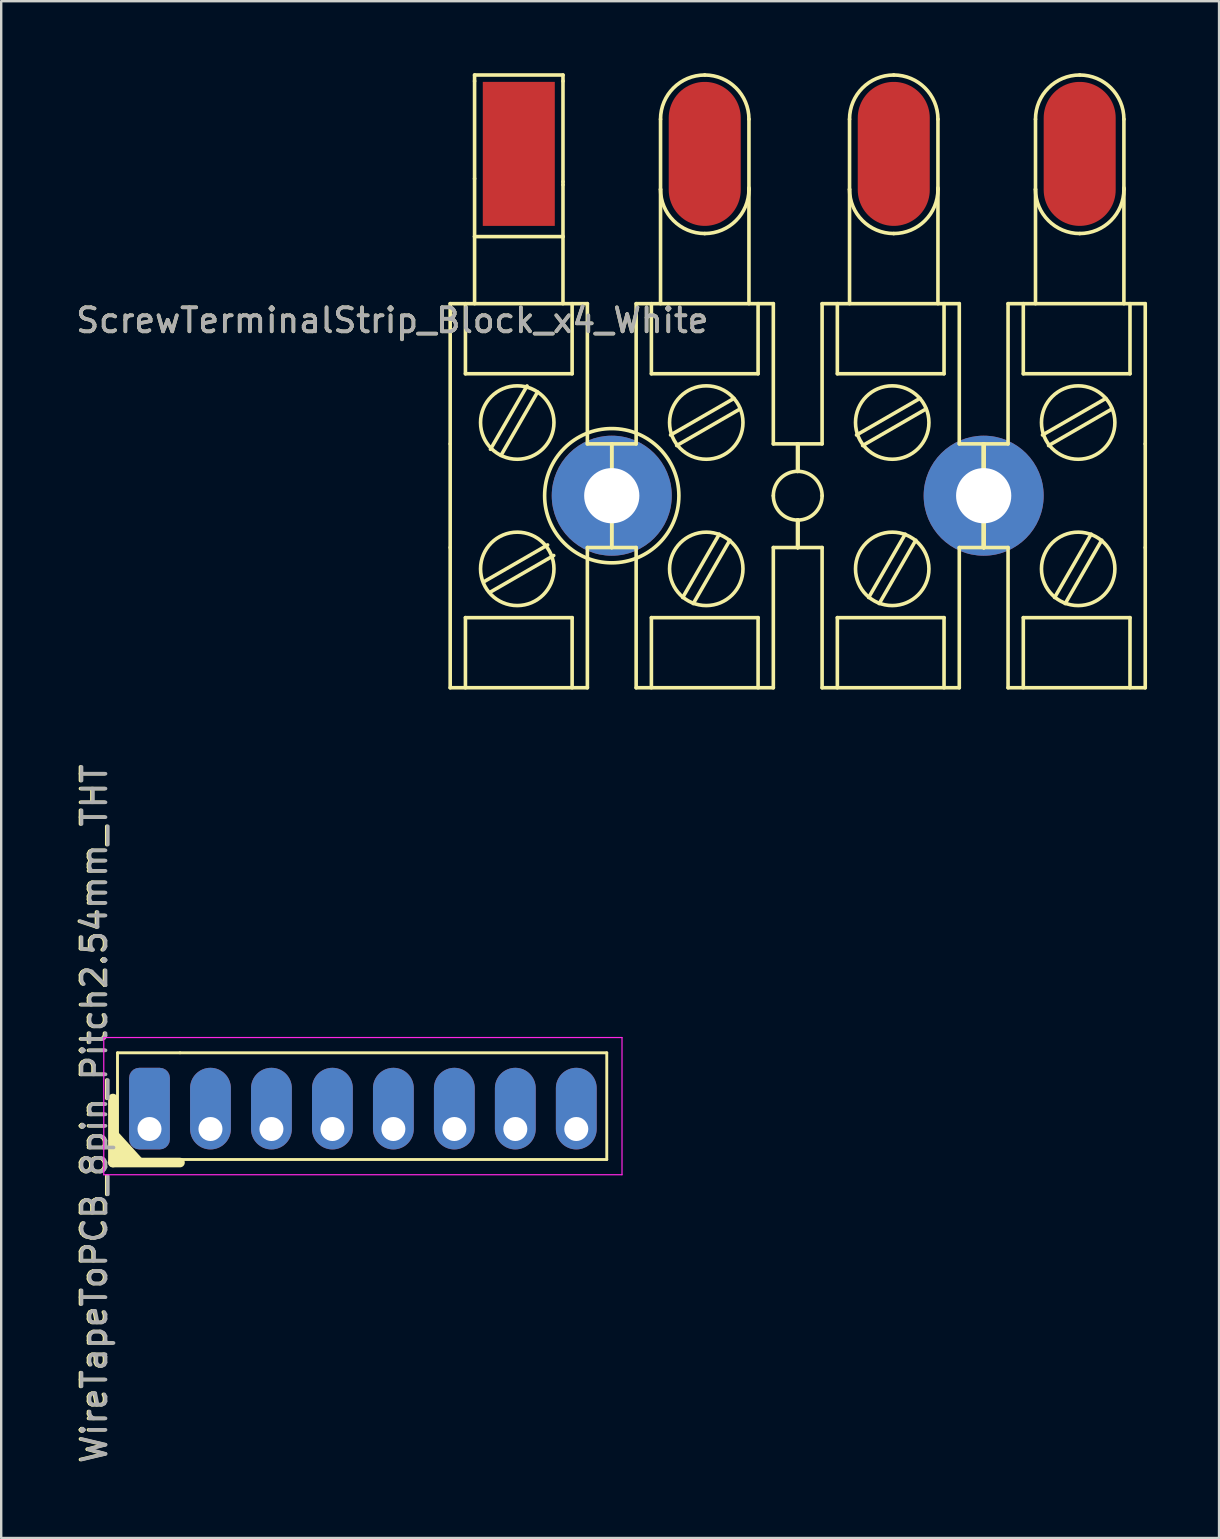
<source format=kicad_pcb>
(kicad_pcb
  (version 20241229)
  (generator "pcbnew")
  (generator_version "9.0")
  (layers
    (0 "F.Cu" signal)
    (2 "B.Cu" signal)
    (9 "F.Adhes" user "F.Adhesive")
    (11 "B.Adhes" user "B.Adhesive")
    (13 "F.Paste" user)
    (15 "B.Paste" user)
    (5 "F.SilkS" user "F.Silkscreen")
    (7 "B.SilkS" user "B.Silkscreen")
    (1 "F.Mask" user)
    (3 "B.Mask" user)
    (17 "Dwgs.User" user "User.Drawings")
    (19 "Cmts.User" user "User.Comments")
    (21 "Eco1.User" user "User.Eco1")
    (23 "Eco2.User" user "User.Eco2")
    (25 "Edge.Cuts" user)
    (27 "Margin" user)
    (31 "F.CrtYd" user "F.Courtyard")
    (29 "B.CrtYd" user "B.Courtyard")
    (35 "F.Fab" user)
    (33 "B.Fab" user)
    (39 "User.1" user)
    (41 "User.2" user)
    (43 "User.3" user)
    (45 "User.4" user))
  (footprint "ScrewTerminalStrip_Block_x4_White"
    (layer "F.Cu")
    (at 22.436 17.601)
    (property "Reference" "ScrewTerminalStrip_Block_x4_White" (at -9.144 -7.303 180) (layer "F.SilkS") (effects (font (size 1 1) (thickness 0.15))))
    (attr through_hole)
    (fp_line (start -6.731 -8.001) (end -1.016 -8.001) (stroke (width 0.15) (type solid)) (layer "F.SilkS"))
    (fp_line (start -6.731 -2.159) (end -6.731 -8.001) (stroke (width 0.15) (type solid)) (layer "F.SilkS"))
    (fp_line (start -6.731 -2.159) (end -6.731 2.159) (stroke (width 0.15) (type solid)) (layer "F.SilkS"))
    (fp_line (start -6.731 2.159) (end -6.731 8.001) (stroke (width 0.15) (type solid)) (layer "F.SilkS"))
    (fp_line (start -6.731 8.001) (end -1.016 8.001) (stroke (width 0.15) (type solid)) (layer "F.SilkS"))
    (fp_line (start -6.096 -8.001) (end -6.096 -5.08) (stroke (width 0.15) (type solid)) (layer "F.SilkS"))
    (fp_line (start -6.096 -5.08) (end -1.651 -5.08) (stroke (width 0.15) (type solid)) (layer "F.SilkS"))
    (fp_line (start -6.096 5.08) (end -6.096 8.001) (stroke (width 0.15) (type solid)) (layer "F.SilkS"))
    (fp_line (start -5.715 -17.526) (end -2.032 -17.526) (stroke (width 0.15) (type solid)) (layer "F.SilkS"))
    (fp_line (start -5.715 -17.272) (end -5.715 -17.526) (stroke (width 0.15) (type solid)) (layer "F.SilkS"))
    (fp_line (start -5.715 -17.272) (end -5.715 -13.208) (stroke (width 0.15) (type solid)) (layer "F.SilkS"))
    (fp_line (start -5.715 -10.795) (end -5.715 -13.208) (stroke (width 0.15) (type solid)) (layer "F.SilkS"))
    (fp_line (start -5.715 -10.795) (end -5.715 -8.001) (stroke (width 0.15) (type solid)) (layer "F.SilkS"))
    (fp_line (start -5.715 -10.795) (end -2.032 -10.795) (stroke (width 0.15) (type solid)) (layer "F.SilkS"))
    (fp_line (start -5.312 3.575) (end -2.672 2.051) (stroke (width 0.15) (type solid)) (layer "F.SilkS"))
    (fp_line (start -5.058 4.015) (end -2.418 2.491) (stroke (width 0.15) (type solid)) (layer "F.SilkS"))
    (fp_line (start -5.054 -1.933) (end -3.53 -4.573) (stroke (width 0.15) (type solid)) (layer "F.SilkS"))
    (fp_line (start -4.615 -1.679) (end -3.091 -4.319) (stroke (width 0.15) (type solid)) (layer "F.SilkS"))
    (fp_line (start -2.032 -17.526) (end -2.032 -17.272) (stroke (width 0.15) (type solid)) (layer "F.SilkS"))
    (fp_line (start -2.032 -17.272) (end -2.032 -13.081) (stroke (width 0.15) (type solid)) (layer "F.SilkS"))
    (fp_line (start -2.032 -13.081) (end -2.032 -12.954) (stroke (width 0.15) (type solid)) (layer "F.SilkS"))
    (fp_line (start -2.032 -12.954) (end -2.032 -10.795) (stroke (width 0.15) (type solid)) (layer "F.SilkS"))
    (fp_line (start -2.032 -10.795) (end -2.032 -8.001) (stroke (width 0.15) (type solid)) (layer "F.SilkS"))
    (fp_line (start -1.651 -5.08) (end -1.651 -8.001) (stroke (width 0.15) (type solid)) (layer "F.SilkS"))
    (fp_line (start -1.651 5.08) (end -6.096 5.08) (stroke (width 0.15) (type solid)) (layer "F.SilkS"))
    (fp_line (start -1.651 8.001) (end -1.651 5.08) (stroke (width 0.15) (type solid)) (layer "F.SilkS"))
    (fp_line (start -1.016 -2.159) (end -1.016 -8.001) (stroke (width 0.15) (type solid)) (layer "F.SilkS"))
    (fp_line (start -1.016 -2.159) (end 0 -2.159) (stroke (width 0.15) (type solid)) (layer "F.SilkS"))
    (fp_line (start -1.016 2.159) (end 0 2.159) (stroke (width 0.15) (type solid)) (layer "F.SilkS"))
    (fp_line (start -1.016 8.001) (end -1.016 2.159) (stroke (width 0.15) (type solid)) (layer "F.SilkS"))
    (fp_line (start 0 -2.159) (end 0 -1.016) (stroke (width 0.15) (type solid)) (layer "F.SilkS"))
    (fp_line (start 0 -2.159) (end 0 -1.016) (stroke (width 0.15) (type solid)) (layer "F.SilkS"))
    (fp_line (start 0 1.016) (end 0 2.159) (stroke (width 0.15) (type solid)) (layer "F.SilkS"))
    (fp_line (start 0 1.016) (end 0 2.159) (stroke (width 0.15) (type solid)) (layer "F.SilkS"))
    (fp_line (start 1.016 -8.001) (end 6.731 -8.001) (stroke (width 0.15) (type solid)) (layer "F.SilkS"))
    (fp_line (start 1.016 -2.159) (end 0 -2.159) (stroke (width 0.15) (type solid)) (layer "F.SilkS"))
    (fp_line (start 1.016 -2.159) (end 1.016 -8.001) (stroke (width 0.15) (type solid)) (layer "F.SilkS"))
    (fp_line (start 1.016 2.159) (end 0 2.159) (stroke (width 0.15) (type solid)) (layer "F.SilkS"))
    (fp_line (start 1.016 2.159) (end 1.016 8.001) (stroke (width 0.15) (type solid)) (layer "F.SilkS"))
    (fp_line (start 1.016 8.001) (end 6.731 8.001) (stroke (width 0.15) (type solid)) (layer "F.SilkS"))
    (fp_line (start 1.651 -8.001) (end 1.651 -5.08) (stroke (width 0.15) (type solid)) (layer "F.SilkS"))
    (fp_line (start 1.651 -5.08) (end 6.096 -5.08) (stroke (width 0.15) (type solid)) (layer "F.SilkS"))
    (fp_line (start 1.651 5.08) (end 1.651 8.001) (stroke (width 0.15) (type solid)) (layer "F.SilkS"))
    (fp_line (start 2.032 -15.684) (end 2.032 -12.764) (stroke (width 0.15) (type solid)) (layer "F.SilkS"))
    (fp_line (start 2.032 -12.764) (end 2.032 -8.001) (stroke (width 0.15) (type solid)) (layer "F.SilkS"))
    (fp_line (start 2.45 -2.529) (end 5.09 -4.053) (stroke (width 0.15) (type solid)) (layer "F.SilkS"))
    (fp_line (start 2.704 -2.089) (end 5.344 -3.613) (stroke (width 0.15) (type solid)) (layer "F.SilkS"))
    (fp_line (start 2.955 4.241) (end 4.479 1.601) (stroke (width 0.15) (type solid)) (layer "F.SilkS"))
    (fp_line (start 3.395 4.495) (end 4.919 1.855) (stroke (width 0.15) (type solid)) (layer "F.SilkS"))
    (fp_line (start 5.715 -15.684) (end 5.715 -12.764) (stroke (width 0.15) (type solid)) (layer "F.SilkS"))
    (fp_line (start 5.715 -12.827) (end 5.715 -8.001) (stroke (width 0.15) (type solid)) (layer "F.SilkS"))
    (fp_line (start 6.096 -5.08) (end 6.096 -8.001) (stroke (width 0.15) (type solid)) (layer "F.SilkS"))
    (fp_line (start 6.096 5.08) (end 1.651 5.08) (stroke (width 0.15) (type solid)) (layer "F.SilkS"))
    (fp_line (start 6.096 8.001) (end 6.096 5.08) (stroke (width 0.15) (type solid)) (layer "F.SilkS"))
    (fp_line (start 6.731 -2.159) (end 6.731 -8.001) (stroke (width 0.15) (type solid)) (layer "F.SilkS"))
    (fp_line (start 6.731 -2.159) (end 7.747 -2.159) (stroke (width 0.15) (type solid)) (layer "F.SilkS"))
    (fp_line (start 6.731 2.159) (end 7.747 2.159) (stroke (width 0.15) (type solid)) (layer "F.SilkS"))
    (fp_line (start 6.731 8.001) (end 6.731 2.159) (stroke (width 0.15) (type solid)) (layer "F.SilkS"))
    (fp_line (start 7.747 -2.159) (end 7.747 -1.016) (stroke (width 0.15) (type solid)) (layer "F.SilkS"))
    (fp_line (start 7.747 -2.159) (end 7.747 -1.016) (stroke (width 0.15) (type solid)) (layer "F.SilkS"))
    (fp_line (start 7.747 -2.159) (end 7.747 -1.016) (stroke (width 0.15) (type solid)) (layer "F.SilkS"))
    (fp_line (start 7.747 -2.159) (end 7.747 -1.016) (stroke (width 0.15) (type solid)) (layer "F.SilkS"))
    (fp_line (start 7.747 1.016) (end 7.747 2.159) (stroke (width 0.15) (type solid)) (layer "F.SilkS"))
    (fp_line (start 7.747 1.016) (end 7.747 2.159) (stroke (width 0.15) (type solid)) (layer "F.SilkS"))
    (fp_line (start 7.747 1.016) (end 7.747 2.159) (stroke (width 0.15) (type solid)) (layer "F.SilkS"))
    (fp_line (start 7.747 1.016) (end 7.747 2.159) (stroke (width 0.15) (type solid)) (layer "F.SilkS"))
    (fp_line (start 8.763 -8.001) (end 14.478 -8.001) (stroke (width 0.15) (type solid)) (layer "F.SilkS"))
    (fp_line (start 8.763 -2.159) (end 7.747 -2.159) (stroke (width 0.15) (type solid)) (layer "F.SilkS"))
    (fp_line (start 8.763 -2.159) (end 8.763 -8.001) (stroke (width 0.15) (type solid)) (layer "F.SilkS"))
    (fp_line (start 8.763 2.159) (end 7.747 2.159) (stroke (width 0.15) (type solid)) (layer "F.SilkS"))
    (fp_line (start 8.763 2.159) (end 8.763 8.001) (stroke (width 0.15) (type solid)) (layer "F.SilkS"))
    (fp_line (start 8.763 8.001) (end 14.478 8.001) (stroke (width 0.15) (type solid)) (layer "F.SilkS"))
    (fp_line (start 9.398 -8.001) (end 9.398 -5.08) (stroke (width 0.15) (type solid)) (layer "F.SilkS"))
    (fp_line (start 9.398 -5.08) (end 13.843 -5.08) (stroke (width 0.15) (type solid)) (layer "F.SilkS"))
    (fp_line (start 9.398 5.08) (end 9.398 8.001) (stroke (width 0.15) (type solid)) (layer "F.SilkS"))
    (fp_line (start 9.906 -15.684) (end 9.906 -12.764) (stroke (width 0.15) (type solid)) (layer "F.SilkS"))
    (fp_line (start 9.906 -12.764) (end 9.906 -8.001) (stroke (width 0.15) (type solid)) (layer "F.SilkS"))
    (fp_line (start 10.197 -2.529) (end 12.837 -4.053) (stroke (width 0.15) (type solid)) (layer "F.SilkS"))
    (fp_line (start 10.451 -2.089) (end 13.091 -3.613) (stroke (width 0.15) (type solid)) (layer "F.SilkS"))
    (fp_line (start 10.702 4.241) (end 12.226 1.601) (stroke (width 0.15) (type solid)) (layer "F.SilkS"))
    (fp_line (start 11.142 4.495) (end 12.666 1.855) (stroke (width 0.15) (type solid)) (layer "F.SilkS"))
    (fp_line (start 13.589 -15.684) (end 13.589 -12.764) (stroke (width 0.15) (type solid)) (layer "F.SilkS"))
    (fp_line (start 13.589 -12.827) (end 13.589 -8.001) (stroke (width 0.15) (type solid)) (layer "F.SilkS"))
    (fp_line (start 13.843 -5.08) (end 13.843 -8.001) (stroke (width 0.15) (type solid)) (layer "F.SilkS"))
    (fp_line (start 13.843 5.08) (end 9.398 5.08) (stroke (width 0.15) (type solid)) (layer "F.SilkS"))
    (fp_line (start 13.843 8.001) (end 13.843 5.08) (stroke (width 0.15) (type solid)) (layer "F.SilkS"))
    (fp_line (start 14.478 -2.159) (end 14.478 -8.001) (stroke (width 0.15) (type solid)) (layer "F.SilkS"))
    (fp_line (start 14.478 -2.159) (end 15.494 -2.159) (stroke (width 0.15) (type solid)) (layer "F.SilkS"))
    (fp_line (start 14.478 2.159) (end 15.494 2.159) (stroke (width 0.15) (type solid)) (layer "F.SilkS"))
    (fp_line (start 14.478 8.001) (end 14.478 2.159) (stroke (width 0.15) (type solid)) (layer "F.SilkS"))
    (fp_line (start 15.494 -2.159) (end 15.494 -1.016) (stroke (width 0.15) (type solid)) (layer "F.SilkS"))
    (fp_line (start 15.494 -2.159) (end 15.494 -1.016) (stroke (width 0.15) (type solid)) (layer "F.SilkS"))
    (fp_line (start 15.494 -2.159) (end 15.494 -1.016) (stroke (width 0.15) (type solid)) (layer "F.SilkS"))
    (fp_line (start 15.494 -2.159) (end 15.494 -1.016) (stroke (width 0.15) (type solid)) (layer "F.SilkS"))
    (fp_line (start 15.494 -2.159) (end 15.494 -1.016) (stroke (width 0.15) (type solid)) (layer "F.SilkS"))
    (fp_line (start 15.494 -2.159) (end 15.494 -1.016) (stroke (width 0.15) (type solid)) (layer "F.SilkS"))
    (fp_line (start 15.494 -2.159) (end 15.494 -1.016) (stroke (width 0.15) (type solid)) (layer "F.SilkS"))
    (fp_line (start 15.494 -2.159) (end 15.494 -1.016) (stroke (width 0.15) (type solid)) (layer "F.SilkS"))
    (fp_line (start 15.494 1.016) (end 15.494 2.159) (stroke (width 0.15) (type solid)) (layer "F.SilkS"))
    (fp_line (start 15.494 1.016) (end 15.494 2.159) (stroke (width 0.15) (type solid)) (layer "F.SilkS"))
    (fp_line (start 15.494 1.016) (end 15.494 2.159) (stroke (width 0.15) (type solid)) (layer "F.SilkS"))
    (fp_line (start 15.494 1.016) (end 15.494 2.159) (stroke (width 0.15) (type solid)) (layer "F.SilkS"))
    (fp_line (start 15.494 1.016) (end 15.494 2.159) (stroke (width 0.15) (type solid)) (layer "F.SilkS"))
    (fp_line (start 15.494 1.016) (end 15.494 2.159) (stroke (width 0.15) (type solid)) (layer "F.SilkS"))
    (fp_line (start 15.494 1.016) (end 15.494 2.159) (stroke (width 0.15) (type solid)) (layer "F.SilkS"))
    (fp_line (start 15.494 1.016) (end 15.494 2.159) (stroke (width 0.15) (type solid)) (layer "F.SilkS"))
    (fp_line (start 16.51 -8.001) (end 22.225 -8.001) (stroke (width 0.15) (type solid)) (layer "F.SilkS"))
    (fp_line (start 16.51 -2.159) (end 15.494 -2.159) (stroke (width 0.15) (type solid)) (layer "F.SilkS"))
    (fp_line (start 16.51 -2.159) (end 16.51 -8.001) (stroke (width 0.15) (type solid)) (layer "F.SilkS"))
    (fp_line (start 16.51 2.159) (end 15.494 2.159) (stroke (width 0.15) (type solid)) (layer "F.SilkS"))
    (fp_line (start 16.51 2.159) (end 16.51 8.001) (stroke (width 0.15) (type solid)) (layer "F.SilkS"))
    (fp_line (start 16.51 8.001) (end 22.225 8.001) (stroke (width 0.15) (type solid)) (layer "F.SilkS"))
    (fp_line (start 17.145 -8.001) (end 17.145 -5.08) (stroke (width 0.15) (type solid)) (layer "F.SilkS"))
    (fp_line (start 17.145 -5.08) (end 21.59 -5.08) (stroke (width 0.15) (type solid)) (layer "F.SilkS"))
    (fp_line (start 17.145 5.08) (end 17.145 8.001) (stroke (width 0.15) (type solid)) (layer "F.SilkS"))
    (fp_line (start 17.653 -15.684) (end 17.653 -12.764) (stroke (width 0.15) (type solid)) (layer "F.SilkS"))
    (fp_line (start 17.653 -12.764) (end 17.653 -8.001) (stroke (width 0.15) (type solid)) (layer "F.SilkS"))
    (fp_line (start 17.944 -2.529) (end 20.584 -4.053) (stroke (width 0.15) (type solid)) (layer "F.SilkS"))
    (fp_line (start 18.198 -2.089) (end 20.838 -3.613) (stroke (width 0.15) (type solid)) (layer "F.SilkS"))
    (fp_line (start 18.449 4.241) (end 19.973 1.601) (stroke (width 0.15) (type solid)) (layer "F.SilkS"))
    (fp_line (start 18.889 4.495) (end 20.413 1.855) (stroke (width 0.15) (type solid)) (layer "F.SilkS"))
    (fp_line (start 21.336 -15.684) (end 21.336 -12.764) (stroke (width 0.15) (type solid)) (layer "F.SilkS"))
    (fp_line (start 21.336 -12.827) (end 21.336 -8.001) (stroke (width 0.15) (type solid)) (layer "F.SilkS"))
    (fp_line (start 21.59 -5.08) (end 21.59 -8.001) (stroke (width 0.15) (type solid)) (layer "F.SilkS"))
    (fp_line (start 21.59 5.08) (end 17.145 5.08) (stroke (width 0.15) (type solid)) (layer "F.SilkS"))
    (fp_line (start 21.59 8.001) (end 21.59 5.08) (stroke (width 0.15) (type solid)) (layer "F.SilkS"))
    (fp_line (start 22.225 -2.159) (end 22.225 -8.001) (stroke (width 0.15) (type solid)) (layer "F.SilkS"))
    (fp_line (start 22.225 -2.159) (end 22.225 2.159) (stroke (width 0.15) (type solid)) (layer "F.SilkS"))
    (fp_line (start 22.225 8.001) (end 22.225 2.159) (stroke (width 0.15) (type solid)) (layer "F.SilkS"))
    (fp_arc (start -1.016 0) (mid -0.71842 -0.71842) (end 0 -1.016) (stroke (width 0.15) (type solid)) (layer "F.SilkS"))
    (fp_arc (start 0 -1.016) (mid 0.71842 -0.71842) (end 1.016 0) (stroke (width 0.15) (type solid)) (layer "F.SilkS"))
    (fp_arc (start 0 1.016) (mid -0.71842 0.71842) (end -1.016 0) (stroke (width 0.15) (type solid)) (layer "F.SilkS"))
    (fp_arc (start 1.016 0) (mid 0.71842 0.71842) (end 0 1.016) (stroke (width 0.15) (type solid)) (layer "F.SilkS"))
    (fp_arc (start 2.032 -15.6845) (mid 2.571363 -16.986637) (end 3.8735 -17.526) (stroke (width 0.15) (type solid)) (layer "F.SilkS"))
    (fp_arc (start 3.8735 -17.526) (mid 5.175637 -16.986637) (end 5.715 -15.6845) (stroke (width 0.15) (type solid)) (layer "F.SilkS"))
    (fp_arc (start 3.8735 -10.922) (mid 2.571363 -11.461363) (end 2.032 -12.7635) (stroke (width 0.15) (type solid)) (layer "F.SilkS"))
    (fp_arc (start 5.715 -12.7635) (mid 5.175637 -11.461363) (end 3.8735 -10.922) (stroke (width 0.15) (type solid)) (layer "F.SilkS"))
    (fp_arc (start 6.731 0) (mid 7.02858 -0.71842) (end 7.747 -1.016) (stroke (width 0.15) (type solid)) (layer "F.SilkS"))
    (fp_arc (start 7.747 -1.016) (mid 8.46542 -0.71842) (end 8.763 0) (stroke (width 0.15) (type solid)) (layer "F.SilkS"))
    (fp_arc (start 7.747 1.016) (mid 7.02858 0.71842) (end 6.731 0) (stroke (width 0.15) (type solid)) (layer "F.SilkS"))
    (fp_arc (start 8.763 0) (mid 8.46542 0.71842) (end 7.747 1.016) (stroke (width 0.15) (type solid)) (layer "F.SilkS"))
    (fp_arc (start 9.906 -15.6845) (mid 10.445363 -16.986637) (end 11.7475 -17.526) (stroke (width 0.15) (type solid)) (layer "F.SilkS"))
    (fp_arc (start 11.7475 -17.526) (mid 13.049637 -16.986637) (end 13.589 -15.6845) (stroke (width 0.15) (type solid)) (layer "F.SilkS"))
    (fp_arc (start 11.7475 -10.922) (mid 10.445363 -11.461363) (end 9.906 -12.7635) (stroke (width 0.15) (type solid)) (layer "F.SilkS"))
    (fp_arc (start 13.589 -12.7635) (mid 13.049637 -11.461363) (end 11.7475 -10.922) (stroke (width 0.15) (type solid)) (layer "F.SilkS"))
    (fp_arc (start 14.478 0) (mid 14.77558 -0.71842) (end 15.494 -1.016) (stroke (width 0.15) (type solid)) (layer "F.SilkS"))
    (fp_arc (start 15.494 -1.016) (mid 16.21242 -0.71842) (end 16.51 0) (stroke (width 0.15) (type solid)) (layer "F.SilkS"))
    (fp_arc (start 15.494 1.016) (mid 14.77558 0.71842) (end 14.478 0) (stroke (width 0.15) (type solid)) (layer "F.SilkS"))
    (fp_arc (start 16.51 0) (mid 16.21242 0.71842) (end 15.494 1.016) (stroke (width 0.15) (type solid)) (layer "F.SilkS"))
    (fp_arc (start 17.653 -15.6845) (mid 18.192363 -16.986637) (end 19.4945 -17.526) (stroke (width 0.15) (type solid)) (layer "F.SilkS"))
    (fp_arc (start 19.4945 -17.526) (mid 20.796637 -16.986637) (end 21.336 -15.6845) (stroke (width 0.15) (type solid)) (layer "F.SilkS"))
    (fp_arc (start 19.4945 -10.922) (mid 18.192363 -11.461363) (end 17.653 -12.7635) (stroke (width 0.15) (type solid)) (layer "F.SilkS"))
    (fp_arc (start 21.336 -12.7635) (mid 20.796637 -11.461363) (end 19.4945 -10.922) (stroke (width 0.15) (type solid)) (layer "F.SilkS"))
    (fp_circle (center -3.937 -3.048) (end -2.413 -3.175) (stroke (width 0.15) (type solid)) (fill no) (layer "F.SilkS"))
    (fp_circle (center -3.937 3.048) (end -2.413 2.921) (stroke (width 0.15) (type solid)) (fill no) (layer "F.SilkS"))
    (fp_circle (center 0 0) (end 2.794 -0.127) (stroke (width 0.15) (type solid)) (fill no) (layer "F.SilkS"))
    (fp_circle (center 3.937 -3.048) (end 5.461 -3.175) (stroke (width 0.15) (type solid)) (fill no) (layer "F.SilkS"))
    (fp_circle (center 3.937 3.048) (end 5.461 2.921) (stroke (width 0.15) (type solid)) (fill no) (layer "F.SilkS"))
    (fp_circle (center 11.684 -3.048) (end 13.208 -3.175) (stroke (width 0.15) (type solid)) (fill no) (layer "F.SilkS"))
    (fp_circle (center 11.684 3.048) (end 13.208 2.921) (stroke (width 0.15) (type solid)) (fill no) (layer "F.SilkS"))
    (fp_circle (center 19.431 -3.048) (end 20.955 -3.175) (stroke (width 0.15) (type solid)) (fill no) (layer "F.SilkS"))
    (fp_circle (center 19.431 3.048) (end 20.955 2.921) (stroke (width 0.15) (type solid)) (fill no) (layer "F.SilkS"))
    (fp_text user "${REFERENCE}" (at -9.144 -7.303 0) (layer "F.Fab") (effects (font (size 1 1) (thickness 0.15))))
    (pad "1" smd rect (at -3.873 -14.24) (size 3 6) (layers "F.Cu" "F.Mask" "F.Paste"))
    (pad "2" smd oval (at 3.873 -14.24) (size 3 6) (layers "F.Cu" "F.Mask" "F.Paste"))
    (pad "3" smd oval (at 11.748 -14.24) (size 3 6) (layers "F.Cu" "F.Mask" "F.Paste"))
    (pad "4" smd oval (at 19.494 -14.24) (size 3 6) (layers "F.Cu" "F.Mask" "F.Paste"))
    (pad "101" thru_hole circle (at 0 0) (size 5 5) (drill 2.3) (layers "*.Cu" "*.Mask"))
    (pad "101" thru_hole circle (at 15.494 0) (size 5 5) (drill 2.3) (layers "*.Cu" "*.Mask"))
    (pad "102" thru_hole circle (at 0 0) (size 1 1) (drill 0.3) (layers "*.Cu" "*.Mask"))
    (pad "102" thru_hole circle (at 15.494 0) (size 1 1) (drill 0.3) (layers "*.Cu" "*.Mask")))
  (footprint "WireTapeToPCB_8pin_Pitch2.54mm_THT"
    (layer "F.Cu")
    (at 3.178 43.985)
    (property "Reference" "WireTapeToPCB_8pin_Pitch2.54mm_THT" (at -2.33 -0.635 90) (layer "F.SilkS") (effects (font (size 1 1) (thickness 0.15))))
    (attr through_hole)
    (fp_line (start -1.524 -1.27) (end -1.524 1.397) (stroke (width 0.4) (type solid)) (layer "F.SilkS"))
    (fp_line (start -1.333 -3.175) (end 1.27 -3.175) (stroke (width 0.12) (type solid)) (layer "F.SilkS"))
    (fp_line (start -1.333 1.33) (end -1.333 -3.175) (stroke (width 0.12) (type solid)) (layer "F.SilkS"))
    (fp_line (start 1.27 -3.175) (end 19.05 -3.175) (stroke (width 0.12) (type solid)) (layer "F.SilkS"))
    (fp_line (start 1.27 1.27) (end 19.05 1.27) (stroke (width 0.12) (type solid)) (layer "F.SilkS"))
    (fp_line (start 1.27 1.397) (end -1.524 1.397) (stroke (width 0.4) (type solid)) (layer "F.SilkS"))
    (fp_line (start 19.05 1.27) (end 19.05 -3.175) (stroke (width 0.12) (type solid)) (layer "F.SilkS"))
    (fp_poly (pts (xy -0.254 1.397) (xy -1.524 0) (xy -1.524 1.397)) (stroke (width 0.15) (type solid)) (fill yes) (layer "F.SilkS"))
    (fp_line (start -1.905 -3.81) (end -1.905 1.905) (stroke (width 0.05) (type solid)) (layer "F.CrtYd"))
    (fp_line (start -1.905 -3.81) (end 19.685 -3.81) (stroke (width 0.05) (type solid)) (layer "F.CrtYd"))
    (fp_line (start -1.905 1.905) (end 19.685 1.905) (stroke (width 0.05) (type solid)) (layer "F.CrtYd"))
    (fp_line (start 19.685 -3.81) (end 19.685 1.905) (stroke (width 0.05) (type solid)) (layer "F.CrtYd"))
    (fp_text user "${REFERENCE}" (at -2.286 -0.635 270) (layer "F.Fab") (effects (font (size 1 1) (thickness 0.15))))
    (pad "1" thru_hole roundrect (at 0 0 90) (size 3.4 1.7) (drill 1 (offset 0.85 0)) (layers "*.Cu" "*.Mask") (roundrect_rratio 0.25))
    (pad "2" thru_hole oval (at 2.54 0 90) (size 3.4 1.7) (drill 1 (offset 0.85 0)) (layers "*.Cu" "*.Mask"))
    (pad "3" thru_hole oval (at 5.08 0 90) (size 3.4 1.7) (drill 1 (offset 0.85 0)) (layers "*.Cu" "*.Mask"))
    (pad "4" thru_hole oval (at 7.62 0 90) (size 3.4 1.7) (drill 1 (offset 0.85 0)) (layers "*.Cu" "*.Mask"))
    (pad "5" thru_hole oval (at 10.16 0 90) (size 3.4 1.7) (drill 1 (offset 0.85 0)) (layers "*.Cu" "*.Mask"))
    (pad "6" thru_hole oval (at 12.7 0 90) (size 3.4 1.7) (drill 1 (offset 0.85 0)) (layers "*.Cu" "*.Mask"))
    (pad "7" thru_hole oval (at 15.24 0 90) (size 3.4 1.7) (drill 1 (offset 0.85 0)) (layers "*.Cu" "*.Mask"))
    (pad "8" thru_hole oval (at 17.78 0 90) (size 3.4 1.7) (drill 1 (offset 0.85 0)) (layers "*.Cu" "*.Mask")))
  (gr_rect
    (start -3 -3)
    (end 47.736 61.022)
    (stroke (width 0.1) (type default))
    (fill no)
    (layer "Edge.Cuts")))
</source>
